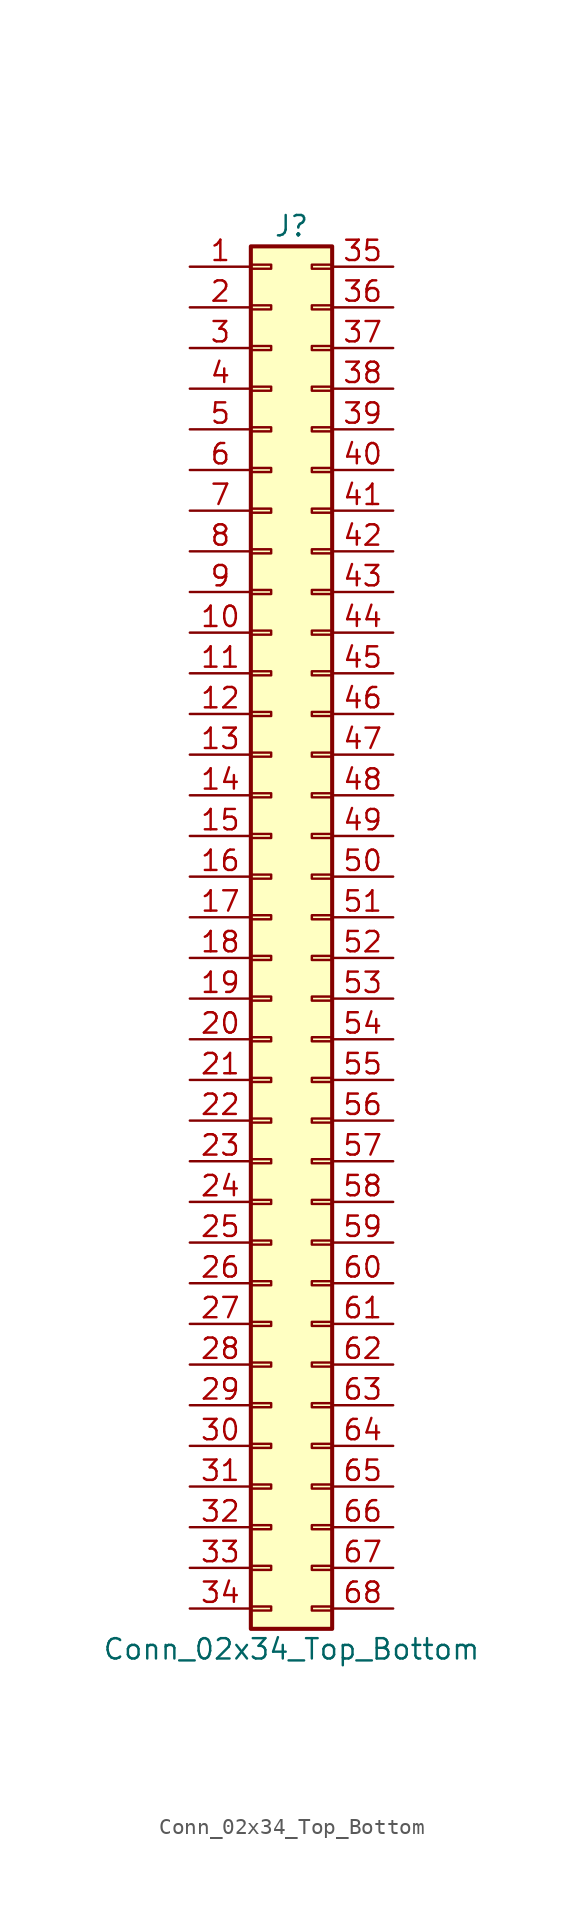
<source format=kicad_sym>
(kicad_symbol_lib
  (version 20220914)
  (generator kicad_symbol_editor)
  (symbol "Conn_02x34_Top_Bottom"
    (pin_names
      (offset 1.016) hide)
    (property "Reference" "J"
      (at 1.27 43.18 0)
      (effects (font (size 1.27 1.27))))
    (property "Value" "Conn_02x34_Top_Bottom"
      (at 1.27 -45.72 0)
      (effects (font (size 1.27 1.27))))
    (symbol "Conn_02x34_Top_Bottom_1_1"
      (rectangle (start -1.27 -43.053) (end 0 -43.307) (stroke (width 0.152) (type default)) (fill (type none)))
      (rectangle (start -1.27 -40.513) (end 0 -40.767) (stroke (width 0.152) (type default)) (fill (type none)))
      (rectangle (start -1.27 -37.973) (end 0 -38.227) (stroke (width 0.152) (type default)) (fill (type none)))
      (rectangle (start -1.27 -35.433) (end 0 -35.687) (stroke (width 0.152) (type default)) (fill (type none)))
      (rectangle (start -1.27 -32.893) (end 0 -33.147) (stroke (width 0.152) (type default)) (fill (type none)))
      (rectangle (start -1.27 -30.353) (end 0 -30.607) (stroke (width 0.152) (type default)) (fill (type none)))
      (rectangle (start -1.27 -27.813) (end 0 -28.067) (stroke (width 0.152) (type default)) (fill (type none)))
      (rectangle (start -1.27 -25.273) (end 0 -25.527) (stroke (width 0.152) (type default)) (fill (type none)))
      (rectangle (start -1.27 -22.733) (end 0 -22.987) (stroke (width 0.152) (type default)) (fill (type none)))
      (rectangle (start -1.27 -20.193) (end 0 -20.447) (stroke (width 0.152) (type default)) (fill (type none)))
      (rectangle (start -1.27 -17.653) (end 0 -17.907) (stroke (width 0.152) (type default)) (fill (type none)))
      (rectangle (start -1.27 -15.113) (end 0 -15.367) (stroke (width 0.152) (type default)) (fill (type none)))
      (rectangle (start -1.27 -12.573) (end 0 -12.827) (stroke (width 0.152) (type default)) (fill (type none)))
      (rectangle (start -1.27 -10.033) (end 0 -10.287) (stroke (width 0.152) (type default)) (fill (type none)))
      (rectangle (start -1.27 -7.493) (end 0 -7.747) (stroke (width 0.152) (type default)) (fill (type none)))
      (rectangle (start -1.27 -4.953) (end 0 -5.207) (stroke (width 0.152) (type default)) (fill (type none)))
      (rectangle (start -1.27 -2.413) (end 0 -2.667) (stroke (width 0.152) (type default)) (fill (type none)))
      (rectangle (start -1.27 0.127) (end 0 -0.127) (stroke (width 0.152) (type default)) (fill (type none)))
      (rectangle (start -1.27 2.667) (end 0 2.413) (stroke (width 0.152) (type default)) (fill (type none)))
      (rectangle (start -1.27 5.207) (end 0 4.953) (stroke (width 0.152) (type default)) (fill (type none)))
      (rectangle (start -1.27 7.747) (end 0 7.493) (stroke (width 0.152) (type default)) (fill (type none)))
      (rectangle (start -1.27 10.287) (end 0 10.033) (stroke (width 0.152) (type default)) (fill (type none)))
      (rectangle (start -1.27 12.827) (end 0 12.573) (stroke (width 0.152) (type default)) (fill (type none)))
      (rectangle (start -1.27 15.367) (end 0 15.113) (stroke (width 0.152) (type default)) (fill (type none)))
      (rectangle (start -1.27 17.907) (end 0 17.653) (stroke (width 0.152) (type default)) (fill (type none)))
      (rectangle (start -1.27 20.447) (end 0 20.193) (stroke (width 0.152) (type default)) (fill (type none)))
      (rectangle (start -1.27 22.987) (end 0 22.733) (stroke (width 0.152) (type default)) (fill (type none)))
      (rectangle (start -1.27 25.527) (end 0 25.273) (stroke (width 0.152) (type default)) (fill (type none)))
      (rectangle (start -1.27 28.067) (end 0 27.813) (stroke (width 0.152) (type default)) (fill (type none)))
      (rectangle (start -1.27 30.607) (end 0 30.353) (stroke (width 0.152) (type default)) (fill (type none)))
      (rectangle (start -1.27 33.147) (end 0 32.893) (stroke (width 0.152) (type default)) (fill (type none)))
      (rectangle (start -1.27 35.687) (end 0 35.433) (stroke (width 0.152) (type default)) (fill (type none)))
      (rectangle (start -1.27 38.227) (end 0 37.973) (stroke (width 0.152) (type default)) (fill (type none)))
      (rectangle (start -1.27 40.767) (end 0 40.513) (stroke (width 0.152) (type default)) (fill (type none)))
      (rectangle (start -1.27 41.91) (end 3.81 -44.45) (stroke (width 0.254) (type default)) (fill (type background)))
      (rectangle (start 3.81 -43.053) (end 2.54 -43.307) (stroke (width 0.152) (type default)) (fill (type none)))
      (rectangle (start 3.81 -40.513) (end 2.54 -40.767) (stroke (width 0.152) (type default)) (fill (type none)))
      (rectangle (start 3.81 -37.973) (end 2.54 -38.227) (stroke (width 0.152) (type default)) (fill (type none)))
      (rectangle (start 3.81 -35.433) (end 2.54 -35.687) (stroke (width 0.152) (type default)) (fill (type none)))
      (rectangle (start 3.81 -32.893) (end 2.54 -33.147) (stroke (width 0.152) (type default)) (fill (type none)))
      (rectangle (start 3.81 -30.353) (end 2.54 -30.607) (stroke (width 0.152) (type default)) (fill (type none)))
      (rectangle (start 3.81 -27.813) (end 2.54 -28.067) (stroke (width 0.152) (type default)) (fill (type none)))
      (rectangle (start 3.81 -25.273) (end 2.54 -25.527) (stroke (width 0.152) (type default)) (fill (type none)))
      (rectangle (start 3.81 -22.733) (end 2.54 -22.987) (stroke (width 0.152) (type default)) (fill (type none)))
      (rectangle (start 3.81 -20.193) (end 2.54 -20.447) (stroke (width 0.152) (type default)) (fill (type none)))
      (rectangle (start 3.81 -17.653) (end 2.54 -17.907) (stroke (width 0.152) (type default)) (fill (type none)))
      (rectangle (start 3.81 -15.113) (end 2.54 -15.367) (stroke (width 0.152) (type default)) (fill (type none)))
      (rectangle (start 3.81 -12.573) (end 2.54 -12.827) (stroke (width 0.152) (type default)) (fill (type none)))
      (rectangle (start 3.81 -10.033) (end 2.54 -10.287) (stroke (width 0.152) (type default)) (fill (type none)))
      (rectangle (start 3.81 -7.493) (end 2.54 -7.747) (stroke (width 0.152) (type default)) (fill (type none)))
      (rectangle (start 3.81 -4.953) (end 2.54 -5.207) (stroke (width 0.152) (type default)) (fill (type none)))
      (rectangle (start 3.81 -2.413) (end 2.54 -2.667) (stroke (width 0.152) (type default)) (fill (type none)))
      (rectangle (start 3.81 0.127) (end 2.54 -0.127) (stroke (width 0.152) (type default)) (fill (type none)))
      (rectangle (start 3.81 2.667) (end 2.54 2.413) (stroke (width 0.152) (type default)) (fill (type none)))
      (rectangle (start 3.81 5.207) (end 2.54 4.953) (stroke (width 0.152) (type default)) (fill (type none)))
      (rectangle (start 3.81 7.747) (end 2.54 7.493) (stroke (width 0.152) (type default)) (fill (type none)))
      (rectangle (start 3.81 10.287) (end 2.54 10.033) (stroke (width 0.152) (type default)) (fill (type none)))
      (rectangle (start 3.81 12.827) (end 2.54 12.573) (stroke (width 0.152) (type default)) (fill (type none)))
      (rectangle (start 3.81 15.367) (end 2.54 15.113) (stroke (width 0.152) (type default)) (fill (type none)))
      (rectangle (start 3.81 17.907) (end 2.54 17.653) (stroke (width 0.152) (type default)) (fill (type none)))
      (rectangle (start 3.81 20.447) (end 2.54 20.193) (stroke (width 0.152) (type default)) (fill (type none)))
      (rectangle (start 3.81 22.987) (end 2.54 22.733) (stroke (width 0.152) (type default)) (fill (type none)))
      (rectangle (start 3.81 25.527) (end 2.54 25.273) (stroke (width 0.152) (type default)) (fill (type none)))
      (rectangle (start 3.81 28.067) (end 2.54 27.813) (stroke (width 0.152) (type default)) (fill (type none)))
      (rectangle (start 3.81 30.607) (end 2.54 30.353) (stroke (width 0.152) (type default)) (fill (type none)))
      (rectangle (start 3.81 33.147) (end 2.54 32.893) (stroke (width 0.152) (type default)) (fill (type none)))
      (rectangle (start 3.81 35.687) (end 2.54 35.433) (stroke (width 0.152) (type default)) (fill (type none)))
      (rectangle (start 3.81 38.227) (end 2.54 37.973) (stroke (width 0.152) (type default)) (fill (type none)))
      (rectangle (start 3.81 40.767) (end 2.54 40.513) (stroke (width 0.152) (type default)) (fill (type none)))
      (pin passive line (at -5.08 40.64 0) (length 3.81) (name "Pin_1" (effects (font (size 1.27 1.27)))) (number "1" (effects (font (size 1.27 1.27)))))
      (pin passive line (at -5.08 17.78 0) (length 3.81) (name "Pin_10" (effects (font (size 1.27 1.27)))) (number "10" (effects (font (size 1.27 1.27)))))
      (pin passive line (at -5.08 15.24 0) (length 3.81) (name "Pin_11" (effects (font (size 1.27 1.27)))) (number "11" (effects (font (size 1.27 1.27)))))
      (pin passive line (at -5.08 12.7 0) (length 3.81) (name "Pin_12" (effects (font (size 1.27 1.27)))) (number "12" (effects (font (size 1.27 1.27)))))
      (pin passive line (at -5.08 10.16 0) (length 3.81) (name "Pin_13" (effects (font (size 1.27 1.27)))) (number "13" (effects (font (size 1.27 1.27)))))
      (pin passive line (at -5.08 7.62 0) (length 3.81) (name "Pin_14" (effects (font (size 1.27 1.27)))) (number "14" (effects (font (size 1.27 1.27)))))
      (pin passive line (at -5.08 5.08 0) (length 3.81) (name "Pin_15" (effects (font (size 1.27 1.27)))) (number "15" (effects (font (size 1.27 1.27)))))
      (pin passive line (at -5.08 2.54 0) (length 3.81) (name "Pin_16" (effects (font (size 1.27 1.27)))) (number "16" (effects (font (size 1.27 1.27)))))
      (pin passive line (at -5.08 0 0) (length 3.81) (name "Pin_17" (effects (font (size 1.27 1.27)))) (number "17" (effects (font (size 1.27 1.27)))))
      (pin passive line (at -5.08 -2.54 0) (length 3.81) (name "Pin_18" (effects (font (size 1.27 1.27)))) (number "18" (effects (font (size 1.27 1.27)))))
      (pin passive line (at -5.08 -5.08 0) (length 3.81) (name "Pin_19" (effects (font (size 1.27 1.27)))) (number "19" (effects (font (size 1.27 1.27)))))
      (pin passive line (at -5.08 38.1 0) (length 3.81) (name "Pin_2" (effects (font (size 1.27 1.27)))) (number "2" (effects (font (size 1.27 1.27)))))
      (pin passive line (at -5.08 -7.62 0) (length 3.81) (name "Pin_20" (effects (font (size 1.27 1.27)))) (number "20" (effects (font (size 1.27 1.27)))))
      (pin passive line (at -5.08 -10.16 0) (length 3.81) (name "Pin_21" (effects (font (size 1.27 1.27)))) (number "21" (effects (font (size 1.27 1.27)))))
      (pin passive line (at -5.08 -12.7 0) (length 3.81) (name "Pin_22" (effects (font (size 1.27 1.27)))) (number "22" (effects (font (size 1.27 1.27)))))
      (pin passive line (at -5.08 -15.24 0) (length 3.81) (name "Pin_23" (effects (font (size 1.27 1.27)))) (number "23" (effects (font (size 1.27 1.27)))))
      (pin passive line (at -5.08 -17.78 0) (length 3.81) (name "Pin_24" (effects (font (size 1.27 1.27)))) (number "24" (effects (font (size 1.27 1.27)))))
      (pin passive line (at -5.08 -20.32 0) (length 3.81) (name "Pin_25" (effects (font (size 1.27 1.27)))) (number "25" (effects (font (size 1.27 1.27)))))
      (pin passive line (at -5.08 -22.86 0) (length 3.81) (name "Pin_26" (effects (font (size 1.27 1.27)))) (number "26" (effects (font (size 1.27 1.27)))))
      (pin passive line (at -5.08 -25.4 0) (length 3.81) (name "Pin_27" (effects (font (size 1.27 1.27)))) (number "27" (effects (font (size 1.27 1.27)))))
      (pin passive line (at -5.08 -27.94 0) (length 3.81) (name "Pin_28" (effects (font (size 1.27 1.27)))) (number "28" (effects (font (size 1.27 1.27)))))
      (pin passive line (at -5.08 -30.48 0) (length 3.81) (name "Pin_29" (effects (font (size 1.27 1.27)))) (number "29" (effects (font (size 1.27 1.27)))))
      (pin passive line (at -5.08 35.56 0) (length 3.81) (name "Pin_3" (effects (font (size 1.27 1.27)))) (number "3" (effects (font (size 1.27 1.27)))))
      (pin passive line (at -5.08 -33.02 0) (length 3.81) (name "Pin_30" (effects (font (size 1.27 1.27)))) (number "30" (effects (font (size 1.27 1.27)))))
      (pin passive line (at -5.08 -35.56 0) (length 3.81) (name "Pin_31" (effects (font (size 1.27 1.27)))) (number "31" (effects (font (size 1.27 1.27)))))
      (pin passive line (at -5.08 -38.1 0) (length 3.81) (name "Pin_32" (effects (font (size 1.27 1.27)))) (number "32" (effects (font (size 1.27 1.27)))))
      (pin passive line (at -5.08 -40.64 0) (length 3.81) (name "Pin_33" (effects (font (size 1.27 1.27)))) (number "33" (effects (font (size 1.27 1.27)))))
      (pin passive line (at -5.08 -43.18 0) (length 3.81) (name "Pin_34" (effects (font (size 1.27 1.27)))) (number "34" (effects (font (size 1.27 1.27)))))
      (pin passive line (at 7.62 40.64 180) (length 3.81) (name "Pin_35" (effects (font (size 1.27 1.27)))) (number "35" (effects (font (size 1.27 1.27)))))
      (pin passive line (at 7.62 38.1 180) (length 3.81) (name "Pin_36" (effects (font (size 1.27 1.27)))) (number "36" (effects (font (size 1.27 1.27)))))
      (pin passive line (at 7.62 35.56 180) (length 3.81) (name "Pin_37" (effects (font (size 1.27 1.27)))) (number "37" (effects (font (size 1.27 1.27)))))
      (pin passive line (at 7.62 33.02 180) (length 3.81) (name "Pin_38" (effects (font (size 1.27 1.27)))) (number "38" (effects (font (size 1.27 1.27)))))
      (pin passive line (at 7.62 30.48 180) (length 3.81) (name "Pin_39" (effects (font (size 1.27 1.27)))) (number "39" (effects (font (size 1.27 1.27)))))
      (pin passive line (at -5.08 33.02 0) (length 3.81) (name "Pin_4" (effects (font (size 1.27 1.27)))) (number "4" (effects (font (size 1.27 1.27)))))
      (pin passive line (at 7.62 27.94 180) (length 3.81) (name "Pin_40" (effects (font (size 1.27 1.27)))) (number "40" (effects (font (size 1.27 1.27)))))
      (pin passive line (at 7.62 25.4 180) (length 3.81) (name "Pin_41" (effects (font (size 1.27 1.27)))) (number "41" (effects (font (size 1.27 1.27)))))
      (pin passive line (at 7.62 22.86 180) (length 3.81) (name "Pin_42" (effects (font (size 1.27 1.27)))) (number "42" (effects (font (size 1.27 1.27)))))
      (pin passive line (at 7.62 20.32 180) (length 3.81) (name "Pin_43" (effects (font (size 1.27 1.27)))) (number "43" (effects (font (size 1.27 1.27)))))
      (pin passive line (at 7.62 17.78 180) (length 3.81) (name "Pin_44" (effects (font (size 1.27 1.27)))) (number "44" (effects (font (size 1.27 1.27)))))
      (pin passive line (at 7.62 15.24 180) (length 3.81) (name "Pin_45" (effects (font (size 1.27 1.27)))) (number "45" (effects (font (size 1.27 1.27)))))
      (pin passive line (at 7.62 12.7 180) (length 3.81) (name "Pin_46" (effects (font (size 1.27 1.27)))) (number "46" (effects (font (size 1.27 1.27)))))
      (pin passive line (at 7.62 10.16 180) (length 3.81) (name "Pin_47" (effects (font (size 1.27 1.27)))) (number "47" (effects (font (size 1.27 1.27)))))
      (pin passive line (at 7.62 7.62 180) (length 3.81) (name "Pin_48" (effects (font (size 1.27 1.27)))) (number "48" (effects (font (size 1.27 1.27)))))
      (pin passive line (at 7.62 5.08 180) (length 3.81) (name "Pin_49" (effects (font (size 1.27 1.27)))) (number "49" (effects (font (size 1.27 1.27)))))
      (pin passive line (at -5.08 30.48 0) (length 3.81) (name "Pin_5" (effects (font (size 1.27 1.27)))) (number "5" (effects (font (size 1.27 1.27)))))
      (pin passive line (at 7.62 2.54 180) (length 3.81) (name "Pin_50" (effects (font (size 1.27 1.27)))) (number "50" (effects (font (size 1.27 1.27)))))
      (pin passive line (at 7.62 0 180) (length 3.81) (name "Pin_51" (effects (font (size 1.27 1.27)))) (number "51" (effects (font (size 1.27 1.27)))))
      (pin passive line (at 7.62 -2.54 180) (length 3.81) (name "Pin_52" (effects (font (size 1.27 1.27)))) (number "52" (effects (font (size 1.27 1.27)))))
      (pin passive line (at 7.62 -5.08 180) (length 3.81) (name "Pin_53" (effects (font (size 1.27 1.27)))) (number "53" (effects (font (size 1.27 1.27)))))
      (pin passive line (at 7.62 -7.62 180) (length 3.81) (name "Pin_54" (effects (font (size 1.27 1.27)))) (number "54" (effects (font (size 1.27 1.27)))))
      (pin passive line (at 7.62 -10.16 180) (length 3.81) (name "Pin_55" (effects (font (size 1.27 1.27)))) (number "55" (effects (font (size 1.27 1.27)))))
      (pin passive line (at 7.62 -12.7 180) (length 3.81) (name "Pin_56" (effects (font (size 1.27 1.27)))) (number "56" (effects (font (size 1.27 1.27)))))
      (pin passive line (at 7.62 -15.24 180) (length 3.81) (name "Pin_57" (effects (font (size 1.27 1.27)))) (number "57" (effects (font (size 1.27 1.27)))))
      (pin passive line (at 7.62 -17.78 180) (length 3.81) (name "Pin_58" (effects (font (size 1.27 1.27)))) (number "58" (effects (font (size 1.27 1.27)))))
      (pin passive line (at 7.62 -20.32 180) (length 3.81) (name "Pin_59" (effects (font (size 1.27 1.27)))) (number "59" (effects (font (size 1.27 1.27)))))
      (pin passive line (at -5.08 27.94 0) (length 3.81) (name "Pin_6" (effects (font (size 1.27 1.27)))) (number "6" (effects (font (size 1.27 1.27)))))
      (pin passive line (at 7.62 -22.86 180) (length 3.81) (name "Pin_60" (effects (font (size 1.27 1.27)))) (number "60" (effects (font (size 1.27 1.27)))))
      (pin passive line (at 7.62 -25.4 180) (length 3.81) (name "Pin_61" (effects (font (size 1.27 1.27)))) (number "61" (effects (font (size 1.27 1.27)))))
      (pin passive line (at 7.62 -27.94 180) (length 3.81) (name "Pin_62" (effects (font (size 1.27 1.27)))) (number "62" (effects (font (size 1.27 1.27)))))
      (pin passive line (at 7.62 -30.48 180) (length 3.81) (name "Pin_63" (effects (font (size 1.27 1.27)))) (number "63" (effects (font (size 1.27 1.27)))))
      (pin passive line (at 7.62 -33.02 180) (length 3.81) (name "Pin_64" (effects (font (size 1.27 1.27)))) (number "64" (effects (font (size 1.27 1.27)))))
      (pin passive line (at 7.62 -35.56 180) (length 3.81) (name "Pin_65" (effects (font (size 1.27 1.27)))) (number "65" (effects (font (size 1.27 1.27)))))
      (pin passive line (at 7.62 -38.1 180) (length 3.81) (name "Pin_66" (effects (font (size 1.27 1.27)))) (number "66" (effects (font (size 1.27 1.27)))))
      (pin passive line (at 7.62 -40.64 180) (length 3.81) (name "Pin_67" (effects (font (size 1.27 1.27)))) (number "67" (effects (font (size 1.27 1.27)))))
      (pin passive line (at 7.62 -43.18 180) (length 3.81) (name "Pin_68" (effects (font (size 1.27 1.27)))) (number "68" (effects (font (size 1.27 1.27)))))
      (pin passive line (at -5.08 25.4 0) (length 3.81) (name "Pin_7" (effects (font (size 1.27 1.27)))) (number "7" (effects (font (size 1.27 1.27)))))
      (pin passive line (at -5.08 22.86 0) (length 3.81) (name "Pin_8" (effects (font (size 1.27 1.27)))) (number "8" (effects (font (size 1.27 1.27)))))
      (pin passive line (at -5.08 20.32 0) (length 3.81) (name "Pin_9" (effects (font (size 1.27 1.27)))) (number "9" (effects (font (size 1.27 1.27))))))))
</source>
